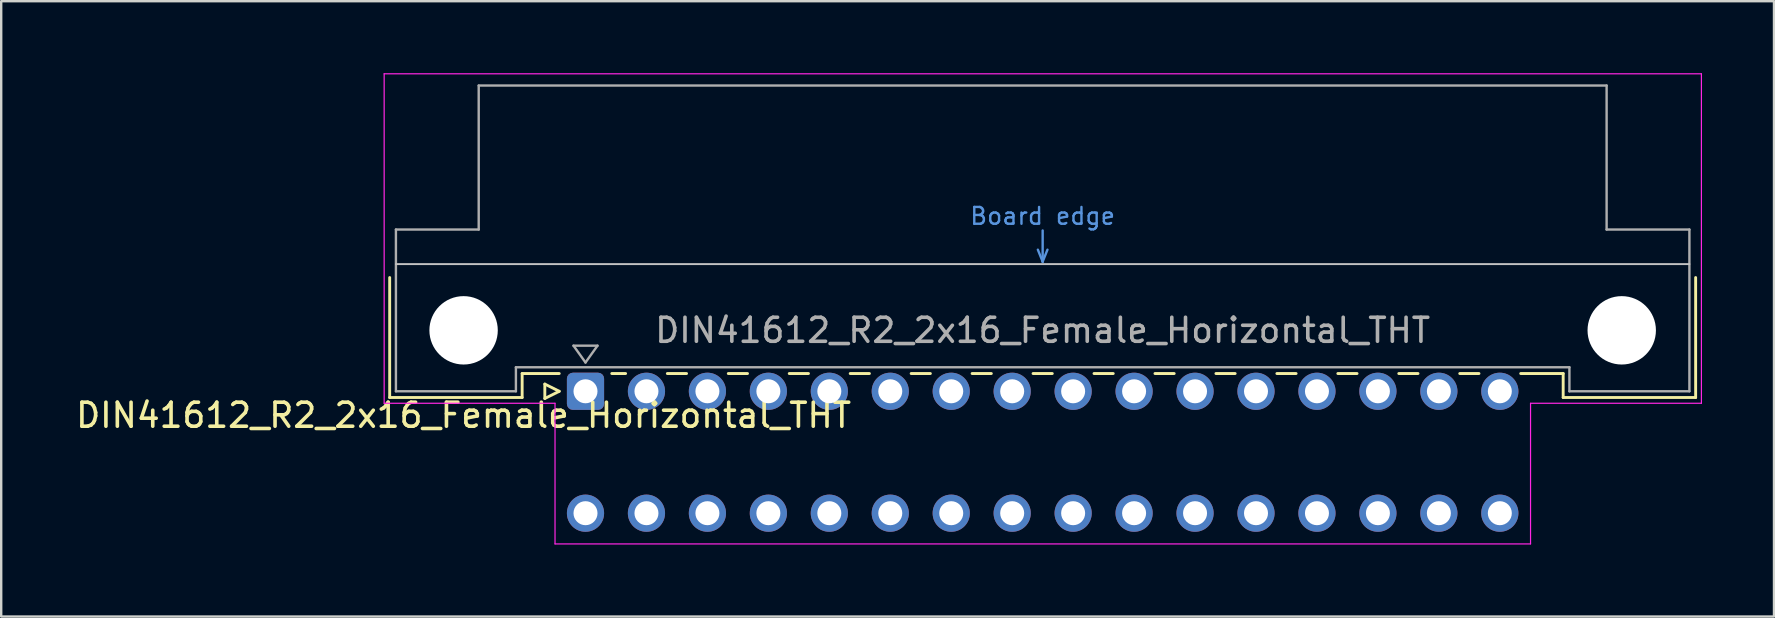
<source format=kicad_pcb>
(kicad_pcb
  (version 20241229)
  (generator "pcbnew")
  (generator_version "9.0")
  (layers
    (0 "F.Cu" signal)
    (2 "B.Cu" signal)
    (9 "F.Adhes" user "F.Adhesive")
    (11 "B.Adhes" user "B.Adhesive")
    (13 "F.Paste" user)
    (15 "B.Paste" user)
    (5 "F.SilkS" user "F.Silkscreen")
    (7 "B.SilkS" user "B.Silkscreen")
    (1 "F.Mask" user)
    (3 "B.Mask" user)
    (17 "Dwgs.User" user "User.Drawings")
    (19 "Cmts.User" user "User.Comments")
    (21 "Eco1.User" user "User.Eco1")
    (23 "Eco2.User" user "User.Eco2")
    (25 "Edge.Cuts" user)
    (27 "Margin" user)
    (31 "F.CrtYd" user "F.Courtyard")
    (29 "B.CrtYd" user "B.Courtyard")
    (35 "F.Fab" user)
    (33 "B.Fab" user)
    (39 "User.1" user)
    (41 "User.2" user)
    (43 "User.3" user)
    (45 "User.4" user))
  (footprint "DIN41612_R2_2x16_Female_Horizontal_THT"
    (layer "F.Cu")
    (at 21.348 13.255)
    (property "Reference" "DIN41612_R2_2x16_Female_Horizontal_THT" (at -5.08 1 0) (layer "F.SilkS") (effects (font (size 1 1) (thickness 0.15))))
    (attr through_hole)
    (fp_line (start -8.16 -4.74) (end -8.16 0.26) (stroke (width 0.12) (type solid)) (layer "F.SilkS"))
    (fp_line (start -8.16 0.26) (end -2.64 0.26) (stroke (width 0.12) (type solid)) (layer "F.SilkS"))
    (fp_line (start -2.64 -0.74) (end -1.095 -0.74) (stroke (width 0.12) (type solid)) (layer "F.SilkS"))
    (fp_line (start -2.64 0.26) (end -2.64 -0.74) (stroke (width 0.12) (type solid)) (layer "F.SilkS"))
    (fp_line (start -1.695 -0.3) (end -1.695 0.3) (stroke (width 0.12) (type solid)) (layer "F.SilkS"))
    (fp_line (start -1.695 0.3) (end -1.095 0) (stroke (width 0.12) (type solid)) (layer "F.SilkS"))
    (fp_line (start -1.095 0) (end -1.695 -0.3) (stroke (width 0.12) (type solid)) (layer "F.SilkS"))
    (fp_line (start 1.095 -0.74) (end 1.671 -0.74) (stroke (width 0.12) (type solid)) (layer "F.SilkS"))
    (fp_line (start 3.41 -0.74) (end 4.211 -0.74) (stroke (width 0.12) (type solid)) (layer "F.SilkS"))
    (fp_line (start 5.95 -0.74) (end 6.751 -0.74) (stroke (width 0.12) (type solid)) (layer "F.SilkS"))
    (fp_line (start 8.49 -0.74) (end 9.291 -0.74) (stroke (width 0.12) (type solid)) (layer "F.SilkS"))
    (fp_line (start 11.03 -0.74) (end 11.831 -0.74) (stroke (width 0.12) (type solid)) (layer "F.SilkS"))
    (fp_line (start 13.57 -0.74) (end 14.371 -0.74) (stroke (width 0.12) (type solid)) (layer "F.SilkS"))
    (fp_line (start 16.11 -0.74) (end 16.911 -0.74) (stroke (width 0.12) (type solid)) (layer "F.SilkS"))
    (fp_line (start 18.65 -0.74) (end 19.451 -0.74) (stroke (width 0.12) (type solid)) (layer "F.SilkS"))
    (fp_line (start 21.19 -0.74) (end 21.991 -0.74) (stroke (width 0.12) (type solid)) (layer "F.SilkS"))
    (fp_line (start 23.73 -0.74) (end 24.531 -0.74) (stroke (width 0.12) (type solid)) (layer "F.SilkS"))
    (fp_line (start 26.27 -0.74) (end 27.071 -0.74) (stroke (width 0.12) (type solid)) (layer "F.SilkS"))
    (fp_line (start 28.81 -0.74) (end 29.611 -0.74) (stroke (width 0.12) (type solid)) (layer "F.SilkS"))
    (fp_line (start 31.35 -0.74) (end 32.151 -0.74) (stroke (width 0.12) (type solid)) (layer "F.SilkS"))
    (fp_line (start 33.89 -0.74) (end 34.691 -0.74) (stroke (width 0.12) (type solid)) (layer "F.SilkS"))
    (fp_line (start 36.43 -0.74) (end 37.231 -0.74) (stroke (width 0.12) (type solid)) (layer "F.SilkS"))
    (fp_line (start 38.97 -0.74) (end 40.74 -0.74) (stroke (width 0.12) (type solid)) (layer "F.SilkS"))
    (fp_line (start 40.74 0.26) (end 40.74 -0.74) (stroke (width 0.12) (type solid)) (layer "F.SilkS"))
    (fp_line (start 46.26 -4.74) (end 46.26 0.26) (stroke (width 0.12) (type solid)) (layer "F.SilkS"))
    (fp_line (start 46.26 0.26) (end 40.74 0.26) (stroke (width 0.12) (type solid)) (layer "F.SilkS"))
    (fp_line (start -7.9 -5.3) (end 46 -5.3) (stroke (width 0.08) (type solid)) (layer "Dwgs.User"))
    (fp_line (start 18.85 -5.9) (end 19.05 -5.4) (stroke (width 0.1) (type solid)) (layer "Cmts.User"))
    (fp_line (start 19.05 -5.4) (end 19.05 -6.7) (stroke (width 0.1) (type solid)) (layer "Cmts.User"))
    (fp_line (start 19.05 -5.4) (end 19.25 -5.9) (stroke (width 0.1) (type solid)) (layer "Cmts.User"))
    (fp_line (start -8.39 -13.23) (end -8.39 0.5) (stroke (width 0.05) (type solid)) (layer "F.CrtYd"))
    (fp_line (start -8.39 0.5) (end -1.27 0.5) (stroke (width 0.05) (type solid)) (layer "F.CrtYd"))
    (fp_line (start -1.27 0.5) (end -1.27 6.36) (stroke (width 0.05) (type solid)) (layer "F.CrtYd"))
    (fp_line (start -1.27 6.36) (end 39.38 6.36) (stroke (width 0.05) (type solid)) (layer "F.CrtYd"))
    (fp_line (start 39.38 0.5) (end 46.5 0.5) (stroke (width 0.05) (type solid)) (layer "F.CrtYd"))
    (fp_line (start 39.38 6.36) (end 39.38 0.5) (stroke (width 0.05) (type solid)) (layer "F.CrtYd"))
    (fp_line (start 46.5 -13.23) (end -8.39 -13.23) (stroke (width 0.05) (type solid)) (layer "F.CrtYd"))
    (fp_line (start 46.5 0.5) (end 46.5 -13.23) (stroke (width 0.05) (type solid)) (layer "F.CrtYd"))
    (fp_line (start -7.9 -6.74) (end -7.9 0) (stroke (width 0.1) (type solid)) (layer "F.Fab"))
    (fp_line (start -7.9 0) (end -2.9 0) (stroke (width 0.1) (type solid)) (layer "F.Fab"))
    (fp_line (start -4.45 -12.74) (end -4.45 -6.74) (stroke (width 0.1) (type solid)) (layer "F.Fab"))
    (fp_line (start -4.45 -6.74) (end -7.9 -6.74) (stroke (width 0.1) (type solid)) (layer "F.Fab"))
    (fp_line (start -2.9 -1) (end 41 -1) (stroke (width 0.1) (type solid)) (layer "F.Fab"))
    (fp_line (start -2.9 0) (end -2.9 -1) (stroke (width 0.1) (type solid)) (layer "F.Fab"))
    (fp_line (start -0.5 -1.9) (end 0.5 -1.9) (stroke (width 0.1) (type solid)) (layer "F.Fab"))
    (fp_line (start 0 -1.2) (end -0.5 -1.9) (stroke (width 0.1) (type solid)) (layer "F.Fab"))
    (fp_line (start 0.5 -1.9) (end 0 -1.2) (stroke (width 0.1) (type solid)) (layer "F.Fab"))
    (fp_line (start 41 -1) (end 41 0) (stroke (width 0.1) (type solid)) (layer "F.Fab"))
    (fp_line (start 41 0) (end 46 0) (stroke (width 0.1) (type solid)) (layer "F.Fab"))
    (fp_line (start 42.55 -12.74) (end -4.45 -12.74) (stroke (width 0.1) (type solid)) (layer "F.Fab"))
    (fp_line (start 42.55 -6.74) (end 42.55 -12.74) (stroke (width 0.1) (type solid)) (layer "F.Fab"))
    (fp_line (start 46 -6.74) (end 42.55 -6.74) (stroke (width 0.1) (type solid)) (layer "F.Fab"))
    (fp_line (start 46 0) (end 46 -6.74) (stroke (width 0.1) (type solid)) (layer "F.Fab"))
    (fp_text user "Board edge" (at 19.05 -7.3 0) (layer "Cmts.User") (effects (font (size 0.7 0.7) (thickness 0.1))))
    (fp_text user "${REFERENCE}" (at 19.05 -2.54 0) (layer "F.Fab") (effects (font (size 1 1) (thickness 0.15))))
    (pad "" np_thru_hole circle (at -5.08 -2.54) (size 2.85 2.85) (drill 2.85) (layers "*.Cu" "*.Mask"))
    (pad "" np_thru_hole circle (at 43.18 -2.54) (size 2.85 2.85) (drill 2.85) (layers "*.Cu" "*.Mask"))
    (pad "a1" thru_hole roundrect (at 0 0) (size 1.55 1.55) (drill 1) (layers "*.Cu" "*.Mask") (roundrect_rratio 0.161))
    (pad "a2" thru_hole circle (at 2.54 0) (size 1.55 1.55) (drill 1) (layers "*.Cu" "*.Mask"))
    (pad "a3" thru_hole circle (at 5.08 0) (size 1.55 1.55) (drill 1) (layers "*.Cu" "*.Mask"))
    (pad "a4" thru_hole circle (at 7.62 0) (size 1.55 1.55) (drill 1) (layers "*.Cu" "*.Mask"))
    (pad "a5" thru_hole circle (at 10.16 0) (size 1.55 1.55) (drill 1) (layers "*.Cu" "*.Mask"))
    (pad "a6" thru_hole circle (at 12.7 0) (size 1.55 1.55) (drill 1) (layers "*.Cu" "*.Mask"))
    (pad "a7" thru_hole circle (at 15.24 0) (size 1.55 1.55) (drill 1) (layers "*.Cu" "*.Mask"))
    (pad "a8" thru_hole circle (at 17.78 0) (size 1.55 1.55) (drill 1) (layers "*.Cu" "*.Mask"))
    (pad "a9" thru_hole circle (at 20.32 0) (size 1.55 1.55) (drill 1) (layers "*.Cu" "*.Mask"))
    (pad "a10" thru_hole circle (at 22.86 0) (size 1.55 1.55) (drill 1) (layers "*.Cu" "*.Mask"))
    (pad "a11" thru_hole circle (at 25.4 0) (size 1.55 1.55) (drill 1) (layers "*.Cu" "*.Mask"))
    (pad "a12" thru_hole circle (at 27.94 0) (size 1.55 1.55) (drill 1) (layers "*.Cu" "*.Mask"))
    (pad "a13" thru_hole circle (at 30.48 0) (size 1.55 1.55) (drill 1) (layers "*.Cu" "*.Mask"))
    (pad "a14" thru_hole circle (at 33.02 0) (size 1.55 1.55) (drill 1) (layers "*.Cu" "*.Mask"))
    (pad "a15" thru_hole circle (at 35.56 0) (size 1.55 1.55) (drill 1) (layers "*.Cu" "*.Mask"))
    (pad "a16" thru_hole circle (at 38.1 0) (size 1.55 1.55) (drill 1) (layers "*.Cu" "*.Mask"))
    (pad "c1" thru_hole circle (at 0 5.08) (size 1.55 1.55) (drill 1) (layers "*.Cu" "*.Mask"))
    (pad "c2" thru_hole circle (at 2.54 5.08) (size 1.55 1.55) (drill 1) (layers "*.Cu" "*.Mask"))
    (pad "c3" thru_hole circle (at 5.08 5.08) (size 1.55 1.55) (drill 1) (layers "*.Cu" "*.Mask"))
    (pad "c4" thru_hole circle (at 7.62 5.08) (size 1.55 1.55) (drill 1) (layers "*.Cu" "*.Mask"))
    (pad "c5" thru_hole circle (at 10.16 5.08) (size 1.55 1.55) (drill 1) (layers "*.Cu" "*.Mask"))
    (pad "c6" thru_hole circle (at 12.7 5.08) (size 1.55 1.55) (drill 1) (layers "*.Cu" "*.Mask"))
    (pad "c7" thru_hole circle (at 15.24 5.08) (size 1.55 1.55) (drill 1) (layers "*.Cu" "*.Mask"))
    (pad "c8" thru_hole circle (at 17.78 5.08) (size 1.55 1.55) (drill 1) (layers "*.Cu" "*.Mask"))
    (pad "c9" thru_hole circle (at 20.32 5.08) (size 1.55 1.55) (drill 1) (layers "*.Cu" "*.Mask"))
    (pad "c10" thru_hole circle (at 22.86 5.08) (size 1.55 1.55) (drill 1) (layers "*.Cu" "*.Mask"))
    (pad "c11" thru_hole circle (at 25.4 5.08) (size 1.55 1.55) (drill 1) (layers "*.Cu" "*.Mask"))
    (pad "c12" thru_hole circle (at 27.94 5.08) (size 1.55 1.55) (drill 1) (layers "*.Cu" "*.Mask"))
    (pad "c13" thru_hole circle (at 30.48 5.08) (size 1.55 1.55) (drill 1) (layers "*.Cu" "*.Mask"))
    (pad "c14" thru_hole circle (at 33.02 5.08) (size 1.55 1.55) (drill 1) (layers "*.Cu" "*.Mask"))
    (pad "c15" thru_hole circle (at 35.56 5.08) (size 1.55 1.55) (drill 1) (layers "*.Cu" "*.Mask"))
    (pad "c16" thru_hole circle (at 38.1 5.08) (size 1.55 1.55) (drill 1) (layers "*.Cu" "*.Mask")))
  (gr_rect
    (start -3 -3)
    (end 70.873 22.64)
    (stroke (width 0.1) (type default))
    (fill no)
    (layer "Edge.Cuts")))
</source>
